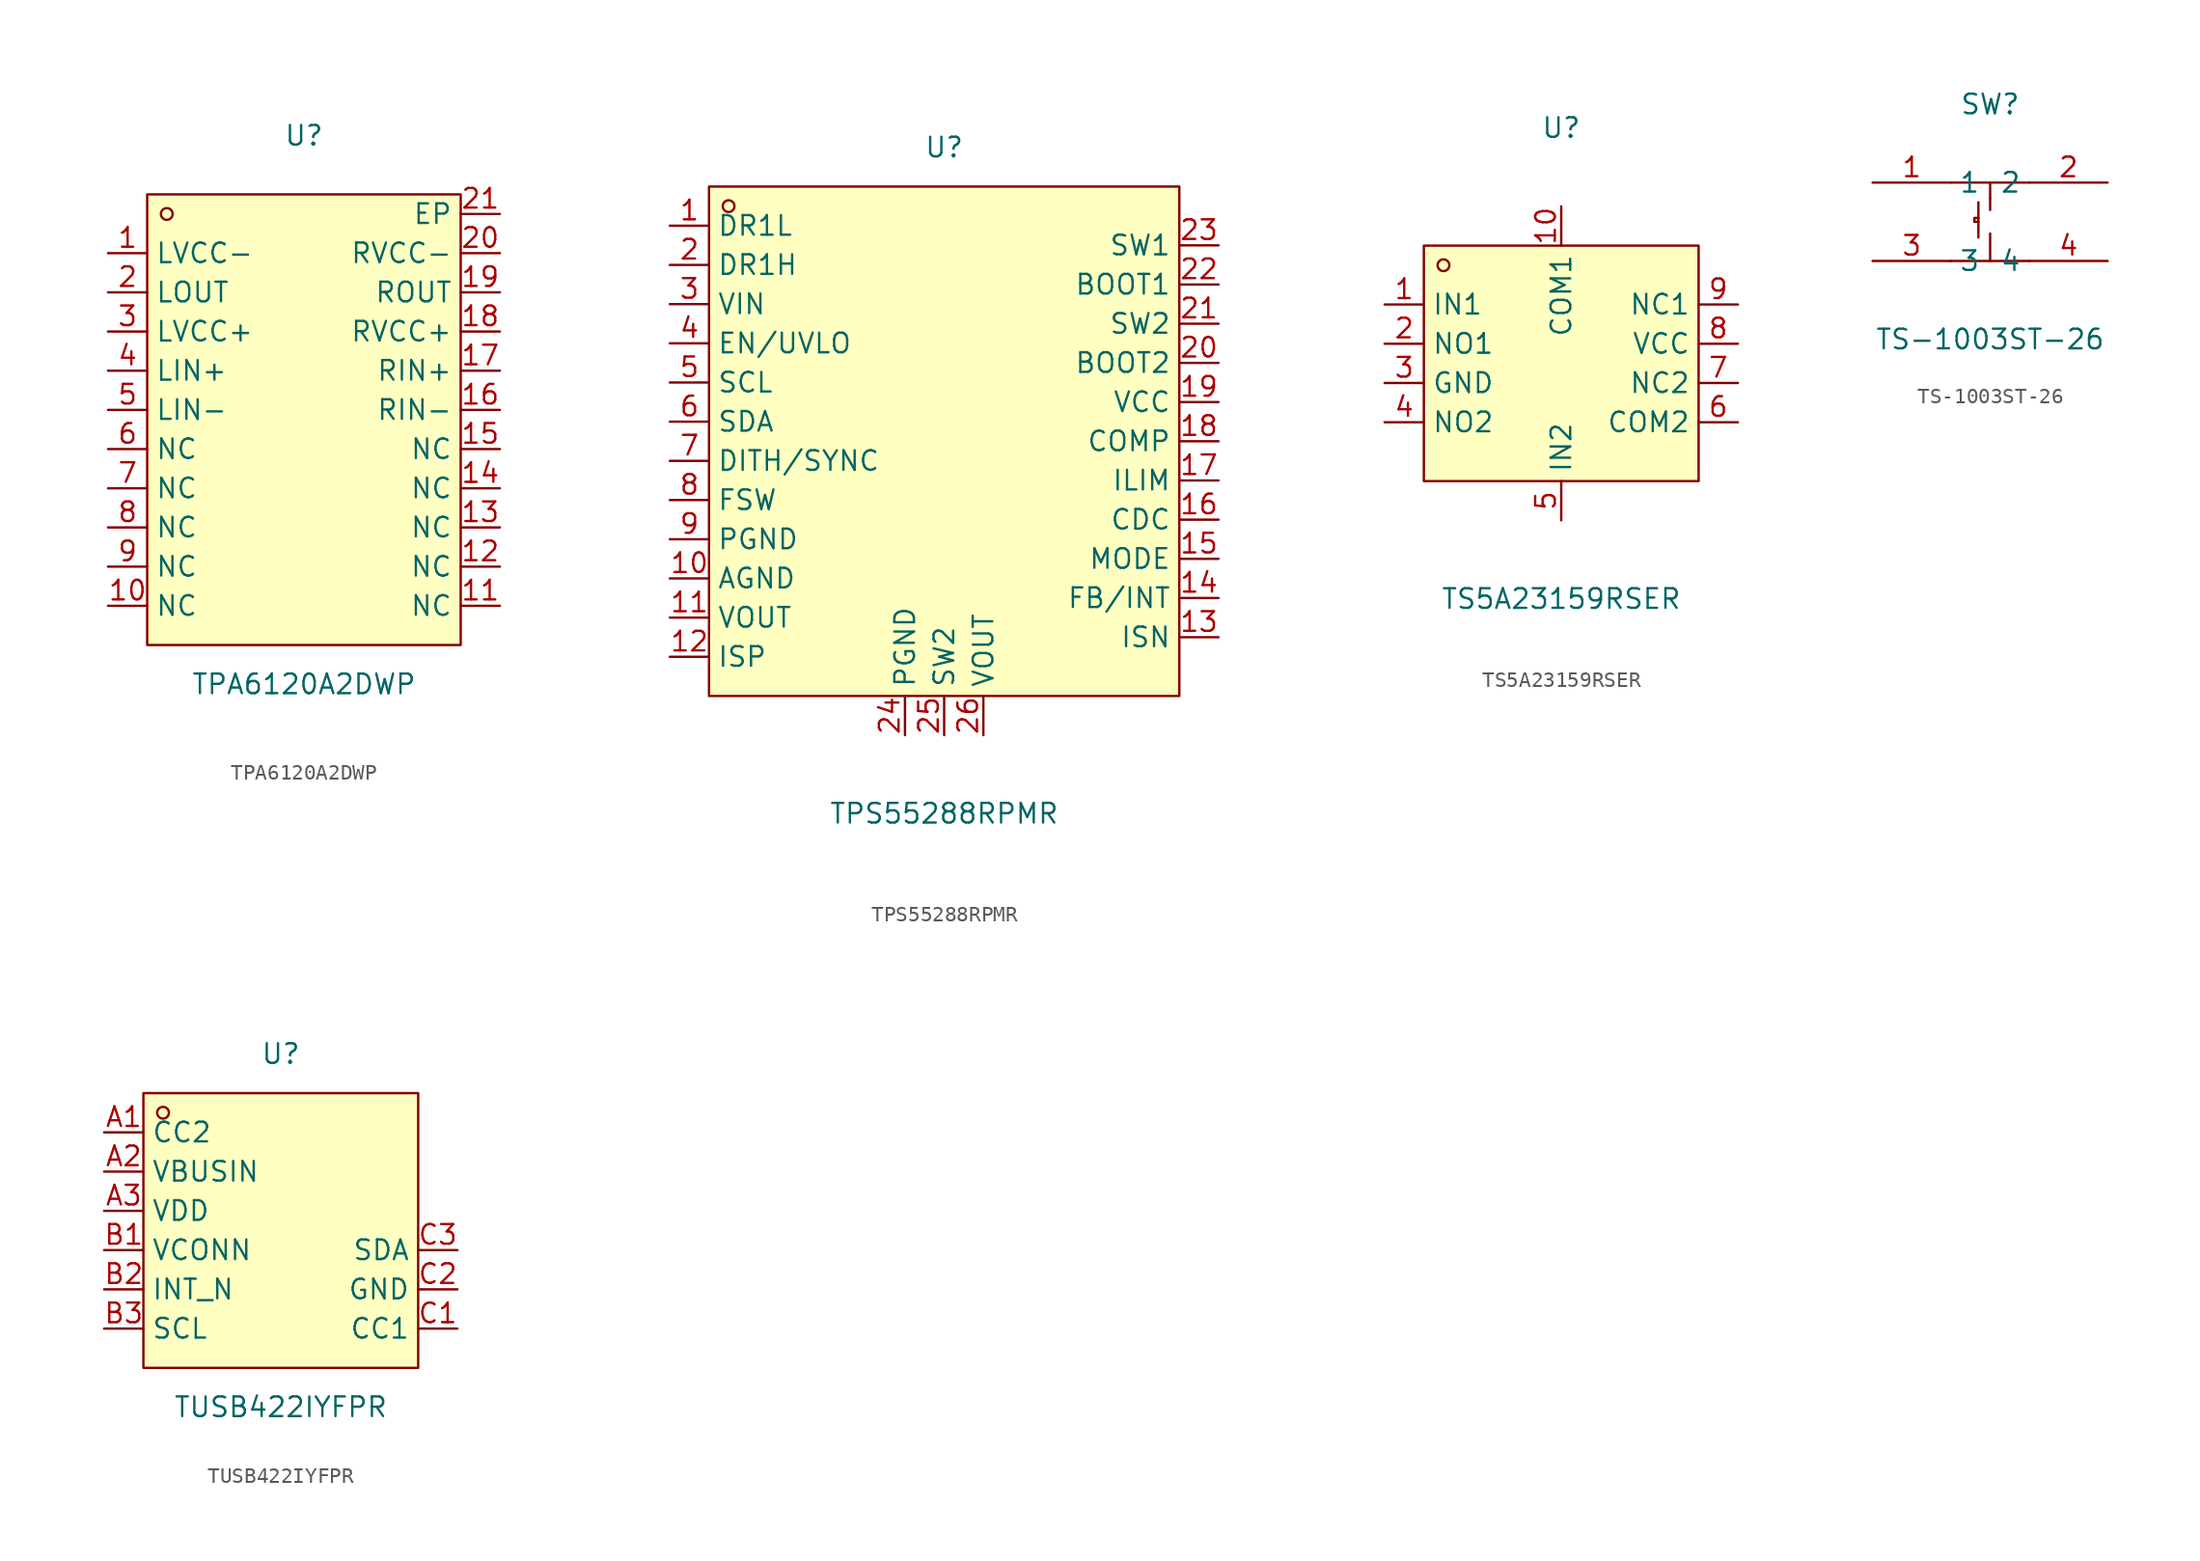
<source format=kicad_sym>
(kicad_symbol_lib
  (version 20211014)
  (generator https://github.com/uPesy/easyeda2kicad.py)
  (symbol "TPA6120A2DWP"
    (property "Reference" "U"
      (at 0 19.05 0)
      (effects (font (size 1.27 1.27))))
    (property "Value" "TPA6120A2DWP"
      (at 0 -16.51 0)
      (effects (font (size 1.27 1.27))))
    (symbol "TPA6120A2DWP_0_1"
      (rectangle (start -10.16 15.24) (end 10.16 -13.97) (stroke (width 0) (type default) (color 0 0 0 0)) (fill (type background)))
      (circle (center -8.89 13.97) (radius 0.38) (stroke (width 0) (type default) (color 0 0 0 0)) (fill (type none)))
      (pin unspecified line (at -12.70 11.43 0) (length 2.54) (name "LVCC-" (effects (font (size 1.27 1.27)))) (number "1" (effects (font (size 1.27 1.27)))))
      (pin unspecified line (at -12.70 8.89 0) (length 2.54) (name "LOUT" (effects (font (size 1.27 1.27)))) (number "2" (effects (font (size 1.27 1.27)))))
      (pin unspecified line (at -12.70 6.35 0) (length 2.54) (name "LVCC+" (effects (font (size 1.27 1.27)))) (number "3" (effects (font (size 1.27 1.27)))))
      (pin unspecified line (at -12.70 3.81 0) (length 2.54) (name "LIN+" (effects (font (size 1.27 1.27)))) (number "4" (effects (font (size 1.27 1.27)))))
      (pin unspecified line (at -12.70 1.27 0) (length 2.54) (name "LIN-" (effects (font (size 1.27 1.27)))) (number "5" (effects (font (size 1.27 1.27)))))
      (pin unspecified line (at -12.70 -1.27 0) (length 2.54) (name "NC" (effects (font (size 1.27 1.27)))) (number "6" (effects (font (size 1.27 1.27)))))
      (pin unspecified line (at -12.70 -3.81 0) (length 2.54) (name "NC" (effects (font (size 1.27 1.27)))) (number "7" (effects (font (size 1.27 1.27)))))
      (pin unspecified line (at -12.70 -6.35 0) (length 2.54) (name "NC" (effects (font (size 1.27 1.27)))) (number "8" (effects (font (size 1.27 1.27)))))
      (pin unspecified line (at -12.70 -8.89 0) (length 2.54) (name "NC" (effects (font (size 1.27 1.27)))) (number "9" (effects (font (size 1.27 1.27)))))
      (pin unspecified line (at -12.70 -11.43 0) (length 2.54) (name "NC" (effects (font (size 1.27 1.27)))) (number "10" (effects (font (size 1.27 1.27)))))
      (pin unspecified line (at 12.70 -11.43 180) (length 2.54) (name "NC" (effects (font (size 1.27 1.27)))) (number "11" (effects (font (size 1.27 1.27)))))
      (pin unspecified line (at 12.70 -8.89 180) (length 2.54) (name "NC" (effects (font (size 1.27 1.27)))) (number "12" (effects (font (size 1.27 1.27)))))
      (pin unspecified line (at 12.70 -6.35 180) (length 2.54) (name "NC" (effects (font (size 1.27 1.27)))) (number "13" (effects (font (size 1.27 1.27)))))
      (pin unspecified line (at 12.70 -3.81 180) (length 2.54) (name "NC" (effects (font (size 1.27 1.27)))) (number "14" (effects (font (size 1.27 1.27)))))
      (pin unspecified line (at 12.70 -1.27 180) (length 2.54) (name "NC" (effects (font (size 1.27 1.27)))) (number "15" (effects (font (size 1.27 1.27)))))
      (pin unspecified line (at 12.70 1.27 180) (length 2.54) (name "RIN-" (effects (font (size 1.27 1.27)))) (number "16" (effects (font (size 1.27 1.27)))))
      (pin unspecified line (at 12.70 3.81 180) (length 2.54) (name "RIN+" (effects (font (size 1.27 1.27)))) (number "17" (effects (font (size 1.27 1.27)))))
      (pin unspecified line (at 12.70 6.35 180) (length 2.54) (name "RVCC+" (effects (font (size 1.27 1.27)))) (number "18" (effects (font (size 1.27 1.27)))))
      (pin unspecified line (at 12.70 8.89 180) (length 2.54) (name "ROUT" (effects (font (size 1.27 1.27)))) (number "19" (effects (font (size 1.27 1.27)))))
      (pin unspecified line (at 12.70 11.43 180) (length 2.54) (name "RVCC-" (effects (font (size 1.27 1.27)))) (number "20" (effects (font (size 1.27 1.27)))))
      (pin unspecified line (at 12.70 13.97 180) (length 2.54) (name "EP" (effects (font (size 1.27 1.27)))) (number "21" (effects (font (size 1.27 1.27)))))))
  (symbol "TPS55288RPMR"
    (property "Reference" "U"
      (at 0 19.05 0)
      (effects (font (size 1.27 1.27))))
    (property "Value" "TPS55288RPMR"
      (at 0 -24.13 0)
      (effects (font (size 1.27 1.27))))
    (symbol "TPS55288RPMR_0_1"
      (rectangle (start -15.24 16.51) (end 15.24 -16.51) (stroke (width 0) (type default) (color 0 0 0 0)) (fill (type background)))
      (circle (center -13.97 15.24) (radius 0.38) (stroke (width 0) (type default) (color 0 0 0 0)) (fill (type none)))
      (pin unspecified line (at -17.78 13.97 0) (length 2.54) (name "DR1L" (effects (font (size 1.27 1.27)))) (number "1" (effects (font (size 1.27 1.27)))))
      (pin unspecified line (at -17.78 11.43 0) (length 2.54) (name "DR1H" (effects (font (size 1.27 1.27)))) (number "2" (effects (font (size 1.27 1.27)))))
      (pin unspecified line (at -17.78 8.89 0) (length 2.54) (name "VIN" (effects (font (size 1.27 1.27)))) (number "3" (effects (font (size 1.27 1.27)))))
      (pin unspecified line (at -17.78 6.35 0) (length 2.54) (name "EN/UVLO" (effects (font (size 1.27 1.27)))) (number "4" (effects (font (size 1.27 1.27)))))
      (pin unspecified line (at -17.78 3.81 0) (length 2.54) (name "SCL" (effects (font (size 1.27 1.27)))) (number "5" (effects (font (size 1.27 1.27)))))
      (pin unspecified line (at -17.78 1.27 0) (length 2.54) (name "SDA" (effects (font (size 1.27 1.27)))) (number "6" (effects (font (size 1.27 1.27)))))
      (pin unspecified line (at -17.78 -1.27 0) (length 2.54) (name "DITH/SYNC" (effects (font (size 1.27 1.27)))) (number "7" (effects (font (size 1.27 1.27)))))
      (pin unspecified line (at -17.78 -3.81 0) (length 2.54) (name "FSW" (effects (font (size 1.27 1.27)))) (number "8" (effects (font (size 1.27 1.27)))))
      (pin unspecified line (at -17.78 -6.35 0) (length 2.54) (name "PGND" (effects (font (size 1.27 1.27)))) (number "9" (effects (font (size 1.27 1.27)))))
      (pin unspecified line (at -17.78 -8.89 0) (length 2.54) (name "AGND" (effects (font (size 1.27 1.27)))) (number "10" (effects (font (size 1.27 1.27)))))
      (pin unspecified line (at -17.78 -11.43 0) (length 2.54) (name "VOUT" (effects (font (size 1.27 1.27)))) (number "11" (effects (font (size 1.27 1.27)))))
      (pin unspecified line (at -17.78 -13.97 0) (length 2.54) (name "ISP" (effects (font (size 1.27 1.27)))) (number "12" (effects (font (size 1.27 1.27)))))
      (pin unspecified line (at 17.78 -12.70 180) (length 2.54) (name "ISN" (effects (font (size 1.27 1.27)))) (number "13" (effects (font (size 1.27 1.27)))))
      (pin unspecified line (at 17.78 -10.16 180) (length 2.54) (name "FB/INT" (effects (font (size 1.27 1.27)))) (number "14" (effects (font (size 1.27 1.27)))))
      (pin unspecified line (at 17.78 -7.62 180) (length 2.54) (name "MODE" (effects (font (size 1.27 1.27)))) (number "15" (effects (font (size 1.27 1.27)))))
      (pin unspecified line (at 17.78 -5.08 180) (length 2.54) (name "CDC" (effects (font (size 1.27 1.27)))) (number "16" (effects (font (size 1.27 1.27)))))
      (pin unspecified line (at 17.78 -2.54 180) (length 2.54) (name "ILIM" (effects (font (size 1.27 1.27)))) (number "17" (effects (font (size 1.27 1.27)))))
      (pin unspecified line (at 17.78 -0.00 180) (length 2.54) (name "COMP" (effects (font (size 1.27 1.27)))) (number "18" (effects (font (size 1.27 1.27)))))
      (pin unspecified line (at 17.78 2.54 180) (length 2.54) (name "VCC" (effects (font (size 1.27 1.27)))) (number "19" (effects (font (size 1.27 1.27)))))
      (pin unspecified line (at 17.78 5.08 180) (length 2.54) (name "BOOT2" (effects (font (size 1.27 1.27)))) (number "20" (effects (font (size 1.27 1.27)))))
      (pin unspecified line (at 17.78 7.62 180) (length 2.54) (name "SW2" (effects (font (size 1.27 1.27)))) (number "21" (effects (font (size 1.27 1.27)))))
      (pin unspecified line (at 17.78 10.16 180) (length 2.54) (name "BOOT1" (effects (font (size 1.27 1.27)))) (number "22" (effects (font (size 1.27 1.27)))))
      (pin unspecified line (at 17.78 12.70 180) (length 2.54) (name "SW1" (effects (font (size 1.27 1.27)))) (number "23" (effects (font (size 1.27 1.27)))))
      (pin unspecified line (at -2.54 -19.05 90) (length 2.54) (name "PGND" (effects (font (size 1.27 1.27)))) (number "24" (effects (font (size 1.27 1.27)))))
      (pin unspecified line (at 0.00 -19.05 90) (length 2.54) (name "SW2" (effects (font (size 1.27 1.27)))) (number "25" (effects (font (size 1.27 1.27)))))
      (pin unspecified line (at 2.54 -19.05 90) (length 2.54) (name "VOUT" (effects (font (size 1.27 1.27)))) (number "26" (effects (font (size 1.27 1.27)))))))
  (symbol "TS5A23159RSER"
    (property "Reference" "U"
      (at 0 15.24 0)
      (effects (font (size 1.27 1.27))))
    (property "Value" "TS5A23159RSER"
      (at 0 -15.24 0)
      (effects (font (size 1.27 1.27))))
    (symbol "TS5A23159RSER_0_1"
      (rectangle (start -8.89 7.62) (end 8.89 -7.62) (stroke (width 0) (type default) (color 0 0 0 0)) (fill (type background)))
      (circle (center -7.62 6.35) (radius 0.38) (stroke (width 0) (type default) (color 0 0 0 0)) (fill (type none)))
      (pin unspecified line (at -11.43 3.81 0) (length 2.54) (name "IN1" (effects (font (size 1.27 1.27)))) (number "1" (effects (font (size 1.27 1.27)))))
      (pin unspecified line (at -11.43 1.27 0) (length 2.54) (name "NO1" (effects (font (size 1.27 1.27)))) (number "2" (effects (font (size 1.27 1.27)))))
      (pin unspecified line (at -11.43 -1.27 0) (length 2.54) (name "GND" (effects (font (size 1.27 1.27)))) (number "3" (effects (font (size 1.27 1.27)))))
      (pin unspecified line (at -11.43 -3.81 0) (length 2.54) (name "NO2" (effects (font (size 1.27 1.27)))) (number "4" (effects (font (size 1.27 1.27)))))
      (pin unspecified line (at 0.00 -10.16 90) (length 2.54) (name "IN2" (effects (font (size 1.27 1.27)))) (number "5" (effects (font (size 1.27 1.27)))))
      (pin unspecified line (at 11.43 -3.81 180) (length 2.54) (name "COM2" (effects (font (size 1.27 1.27)))) (number "6" (effects (font (size 1.27 1.27)))))
      (pin unspecified line (at 11.43 -1.27 180) (length 2.54) (name "NC2" (effects (font (size 1.27 1.27)))) (number "7" (effects (font (size 1.27 1.27)))))
      (pin unspecified line (at 11.43 1.27 180) (length 2.54) (name "VCC" (effects (font (size 1.27 1.27)))) (number "8" (effects (font (size 1.27 1.27)))))
      (pin unspecified line (at 11.43 3.81 180) (length 2.54) (name "NC1" (effects (font (size 1.27 1.27)))) (number "9" (effects (font (size 1.27 1.27)))))
      (pin unspecified line (at 0.00 10.16 270) (length 2.54) (name "COM1" (effects (font (size 1.27 1.27)))) (number "10" (effects (font (size 1.27 1.27)))))))
  (symbol "TS-1003ST-26"
    (property "Reference" "SW"
      (at 0 7.62 0)
      (effects (font (size 1.27 1.27))))
    (property "Value" "TS-1003ST-26"
      (at 0 -7.62 0)
      (effects (font (size 1.27 1.27))))
    (symbol "TS-1003ST-26_0_1"
      (polyline (pts (xy -0.76 0.25) (xy -1.02 0.25) (xy -1.02 -0.00) (xy -0.76 -0.00)) (stroke (width 0) (type default) (color 0 0 0 0)) (fill (type none)))
      (polyline (pts (xy -0.76 1.27) (xy -0.76 -1.02)) (stroke (width 0) (type default) (color 0 0 0 0)) (fill (type none)))
      (polyline (pts (xy 0.00 1.52) (xy 0.00 0.76)) (stroke (width 0) (type default) (color 0 0 0 0)) (fill (type none)))
      (polyline (pts (xy 0.00 -2.54) (xy 0.00 -0.76)) (stroke (width 0) (type default) (color 0 0 0 0)) (fill (type none)))
      (polyline (pts (xy 0.00 2.54) (xy 0.00 1.52)) (stroke (width 0) (type default) (color 0 0 0 0)) (fill (type none)))
      (polyline (pts (xy -2.54 -2.54) (xy 2.54 -2.54)) (stroke (width 0) (type default) (color 0 0 0 0)) (fill (type none)))
      (polyline (pts (xy -2.54 2.54) (xy 2.54 2.54)) (stroke (width 0) (type default) (color 0 0 0 0)) (fill (type none)))
      (pin unspecified line (at 7.62 -2.54 180) (length 5.08) (name "4" (effects (font (size 1.27 1.27)))) (number "4" (effects (font (size 1.27 1.27)))))
      (pin unspecified line (at -7.62 -2.54 0) (length 5.08) (name "3" (effects (font (size 1.27 1.27)))) (number "3" (effects (font (size 1.27 1.27)))))
      (pin unspecified line (at 7.62 2.54 180) (length 5.08) (name "2" (effects (font (size 1.27 1.27)))) (number "2" (effects (font (size 1.27 1.27)))))
      (pin unspecified line (at -7.62 2.54 0) (length 5.08) (name "1" (effects (font (size 1.27 1.27)))) (number "1" (effects (font (size 1.27 1.27)))))))
  (symbol "TUSB422IYFPR"
    (property "Reference" "U"
      (at 0 11.43 0)
      (effects (font (size 1.27 1.27))))
    (property "Value" "TUSB422IYFPR"
      (at 0 -11.43 0)
      (effects (font (size 1.27 1.27))))
    (symbol "TUSB422IYFPR_0_1"
      (rectangle (start -8.89 8.89) (end 8.89 -8.89) (stroke (width 0) (type default) (color 0 0 0 0)) (fill (type background)))
      (circle (center -7.62 7.62) (radius 0.38) (stroke (width 0) (type default) (color 0 0 0 0)) (fill (type none)))
      (pin unspecified line (at -11.43 6.35 0) (length 2.54) (name "CC2" (effects (font (size 1.27 1.27)))) (number "A1" (effects (font (size 1.27 1.27)))))
      (pin unspecified line (at -11.43 3.81 0) (length 2.54) (name "VBUSIN" (effects (font (size 1.27 1.27)))) (number "A2" (effects (font (size 1.27 1.27)))))
      (pin unspecified line (at -11.43 1.27 0) (length 2.54) (name "VDD" (effects (font (size 1.27 1.27)))) (number "A3" (effects (font (size 1.27 1.27)))))
      (pin unspecified line (at -11.43 -1.27 0) (length 2.54) (name "VCONN" (effects (font (size 1.27 1.27)))) (number "B1" (effects (font (size 1.27 1.27)))))
      (pin unspecified line (at -11.43 -3.81 0) (length 2.54) (name "INT_N" (effects (font (size 1.27 1.27)))) (number "B2" (effects (font (size 1.27 1.27)))))
      (pin unspecified line (at -11.43 -6.35 0) (length 2.54) (name "SCL" (effects (font (size 1.27 1.27)))) (number "B3" (effects (font (size 1.27 1.27)))))
      (pin unspecified line (at 11.43 -1.27 180) (length 2.54) (name "SDA" (effects (font (size 1.27 1.27)))) (number "C3" (effects (font (size 1.27 1.27)))))
      (pin unspecified line (at 11.43 -3.81 180) (length 2.54) (name "GND" (effects (font (size 1.27 1.27)))) (number "C2" (effects (font (size 1.27 1.27)))))
      (pin unspecified line (at 11.43 -6.35 180) (length 2.54) (name "CC1" (effects (font (size 1.27 1.27)))) (number "C1" (effects (font (size 1.27 1.27))))))))
</source>
